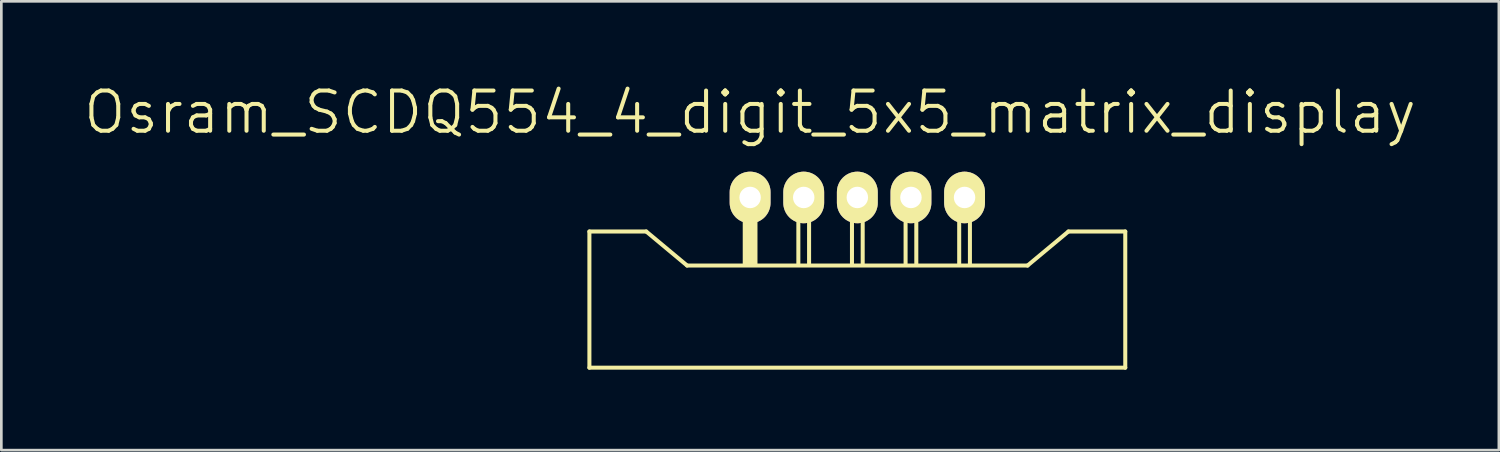
<source format=kicad_pcb>
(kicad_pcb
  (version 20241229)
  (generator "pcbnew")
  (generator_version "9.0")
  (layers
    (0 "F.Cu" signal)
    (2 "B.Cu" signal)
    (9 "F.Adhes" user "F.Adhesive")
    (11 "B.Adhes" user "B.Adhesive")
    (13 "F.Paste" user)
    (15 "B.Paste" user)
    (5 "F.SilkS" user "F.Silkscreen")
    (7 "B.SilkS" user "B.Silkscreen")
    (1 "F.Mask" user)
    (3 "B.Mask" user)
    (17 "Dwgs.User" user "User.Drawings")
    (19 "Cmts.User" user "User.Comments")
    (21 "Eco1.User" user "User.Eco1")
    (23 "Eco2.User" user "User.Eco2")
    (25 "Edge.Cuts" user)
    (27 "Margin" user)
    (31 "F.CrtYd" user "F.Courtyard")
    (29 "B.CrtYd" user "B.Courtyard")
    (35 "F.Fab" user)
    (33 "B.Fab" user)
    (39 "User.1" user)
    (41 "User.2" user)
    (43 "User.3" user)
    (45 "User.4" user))
  (footprint "Osram_SCDQ554_4_digit_5x5_matrix_display"
    (layer "F.Cu")
    (at 24.932 4.316)
    (property "Reference" "Osram_SCDQ554_4_digit_5x5_matrix_display" (at 0 -3.175 0) (layer "F.SilkS") (effects (font (size 1.5 1.5) (thickness 0.15))))
    (attr through_hole)
    (fp_line (start -5.995 1.27) (end -5.995 6.35) (stroke (width 0.15) (type solid)) (layer "F.SilkS"))
    (fp_line (start -5.995 6.35) (end 13.995 6.35) (stroke (width 0.15) (type solid)) (layer "F.SilkS"))
    (fp_line (start -3.874 1.27) (end -5.995 1.27) (stroke (width 0.15) (type solid)) (layer "F.SilkS"))
    (fp_line (start -3.874 1.27) (end -2.35 2.54) (stroke (width 0.15) (type solid)) (layer "F.SilkS"))
    (fp_line (start -2.35 2.54) (end 10.35 2.54) (stroke (width 0.15) (type solid)) (layer "F.SilkS"))
    (fp_line (start -0.2 -0.2) (end 0.2 -0.2) (stroke (width 0.15) (type solid)) (layer "F.SilkS"))
    (fp_line (start -0.2 2.5) (end -0.2 -0.2) (stroke (width 0.15) (type solid)) (layer "F.SilkS"))
    (fp_line (start -0.1 -0.1) (end 0.1 -0.1) (stroke (width 0.15) (type solid)) (layer "F.SilkS"))
    (fp_line (start -0.1 2.5) (end -0.1 -0.1) (stroke (width 0.15) (type solid)) (layer "F.SilkS"))
    (fp_line (start 0 2.5) (end 0 0) (stroke (width 0.15) (type solid)) (layer "F.SilkS"))
    (fp_line (start 0.1 -0.1) (end 0.1 2.5) (stroke (width 0.15) (type solid)) (layer "F.SilkS"))
    (fp_line (start 0.1 2.5) (end 0 2.5) (stroke (width 0.15) (type solid)) (layer "F.SilkS"))
    (fp_line (start 0.2 -0.2) (end 0.2 2.5) (stroke (width 0.15) (type solid)) (layer "F.SilkS"))
    (fp_line (start 1.8 -0.2) (end 2.2 -0.2) (stroke (width 0.15) (type solid)) (layer "F.SilkS"))
    (fp_line (start 1.8 2.5) (end 1.8 -0.2) (stroke (width 0.15) (type solid)) (layer "F.SilkS"))
    (fp_line (start 2.2 -0.2) (end 2.2 2.5) (stroke (width 0.15) (type solid)) (layer "F.SilkS"))
    (fp_line (start 3.8 -0.2) (end 4.2 -0.2) (stroke (width 0.15) (type solid)) (layer "F.SilkS"))
    (fp_line (start 3.8 2.5) (end 3.8 -0.2) (stroke (width 0.15) (type solid)) (layer "F.SilkS"))
    (fp_line (start 4.2 -0.2) (end 4.2 2.5) (stroke (width 0.15) (type solid)) (layer "F.SilkS"))
    (fp_line (start 5.8 -0.2) (end 6.2 -0.2) (stroke (width 0.15) (type solid)) (layer "F.SilkS"))
    (fp_line (start 5.8 2.5) (end 5.8 -0.2) (stroke (width 0.15) (type solid)) (layer "F.SilkS"))
    (fp_line (start 6.2 -0.2) (end 6.2 2.5) (stroke (width 0.15) (type solid)) (layer "F.SilkS"))
    (fp_line (start 7.8 -0.2) (end 8.2 -0.2) (stroke (width 0.15) (type solid)) (layer "F.SilkS"))
    (fp_line (start 7.8 2.5) (end 7.8 -0.2) (stroke (width 0.15) (type solid)) (layer "F.SilkS"))
    (fp_line (start 8.2 -0.2) (end 8.2 2.5) (stroke (width 0.15) (type solid)) (layer "F.SilkS"))
    (fp_line (start 10.35 2.54) (end 11.874 1.27) (stroke (width 0.15) (type solid)) (layer "F.SilkS"))
    (fp_line (start 11.874 1.27) (end 13.995 1.27) (stroke (width 0.15) (type solid)) (layer "F.SilkS"))
    (fp_line (start 13.995 1.27) (end 13.995 6.35) (stroke (width 0.15) (type solid)) (layer "F.SilkS"))
    (pad "1" thru_hole oval (at 0 0) (size 1.524 1.924) (drill 0.8) (layers "*.Cu" "*.Mask" "F.SilkS"))
    (pad "2" thru_hole oval (at 2 0) (size 1.524 1.924) (drill 0.8) (layers "*.Cu" "*.Mask" "F.SilkS"))
    (pad "3" thru_hole oval (at 4 0) (size 1.524 1.924) (drill 0.8) (layers "*.Cu" "*.Mask" "F.SilkS"))
    (pad "4" thru_hole oval (at 6 0) (size 1.524 1.924) (drill 0.8) (layers "*.Cu" "*.Mask" "F.SilkS"))
    (pad "5" thru_hole oval (at 8 0) (size 1.524 1.924) (drill 0.8) (layers "*.Cu" "*.Mask" "F.SilkS")))
  (gr_rect
    (start -3 -3)
    (end 52.864 13.741)
    (stroke (width 0.1) (type default))
    (fill no)
    (layer "Edge.Cuts")))
</source>
